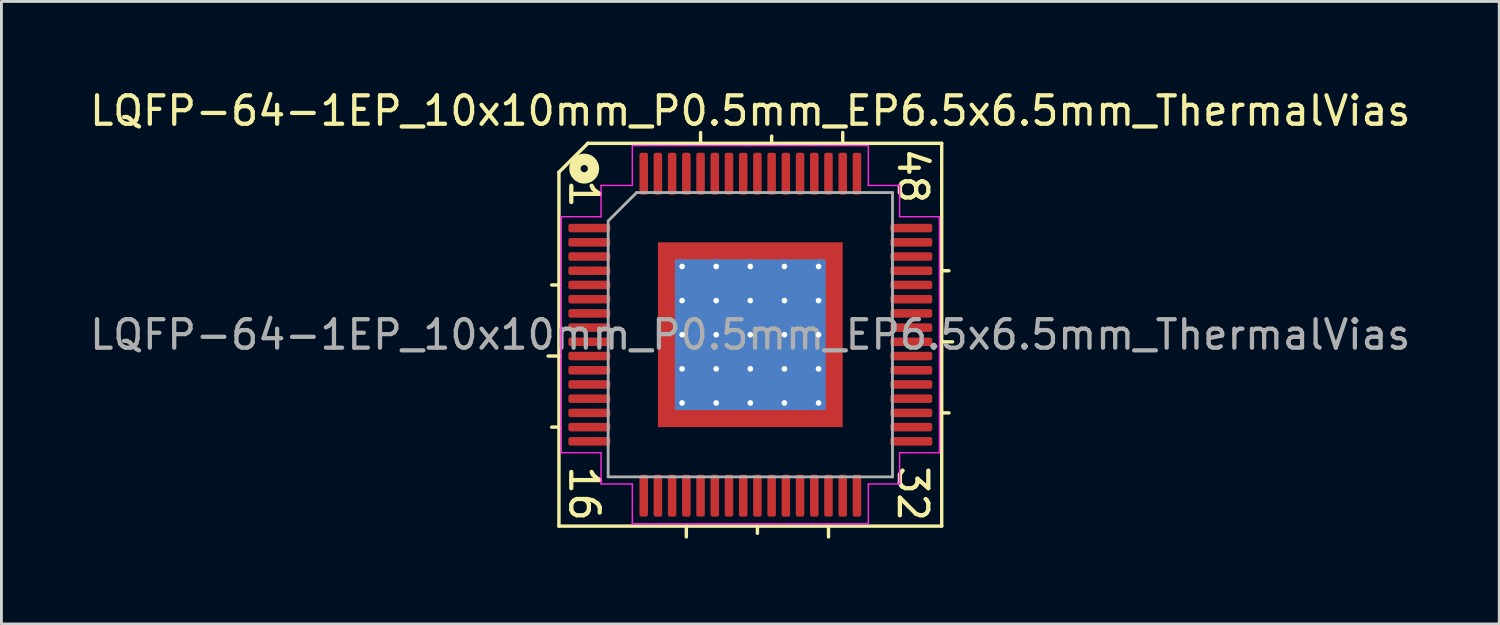
<source format=kicad_pcb>
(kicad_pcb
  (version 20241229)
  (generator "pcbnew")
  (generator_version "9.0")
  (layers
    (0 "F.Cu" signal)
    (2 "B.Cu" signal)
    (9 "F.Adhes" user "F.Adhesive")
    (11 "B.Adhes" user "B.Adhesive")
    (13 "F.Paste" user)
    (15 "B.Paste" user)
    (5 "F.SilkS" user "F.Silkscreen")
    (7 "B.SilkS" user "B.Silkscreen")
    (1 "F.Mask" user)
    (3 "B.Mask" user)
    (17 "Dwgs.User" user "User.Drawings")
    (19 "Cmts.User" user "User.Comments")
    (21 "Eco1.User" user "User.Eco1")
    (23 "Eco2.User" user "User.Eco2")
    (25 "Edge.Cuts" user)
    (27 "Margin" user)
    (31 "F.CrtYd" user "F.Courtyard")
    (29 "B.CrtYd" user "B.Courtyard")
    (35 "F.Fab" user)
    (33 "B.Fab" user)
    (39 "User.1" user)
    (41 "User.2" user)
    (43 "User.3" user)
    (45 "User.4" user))
  (footprint "LQFP-64-1EP_10x10mm_P0.5mm_EP6.5x6.5mm_ThermalVias"
    (layer "F.Cu")
    (at 23.339 8.722)
    (property "Reference" "LQFP-64-1EP_10x10mm_P0.5mm_EP6.5x6.5mm_ThermalVias" (at 0 -7.874 0) (layer "F.SilkS") (effects (font (size 1 1) (thickness 0.15))))
    (attr smd)
    (fp_line (start -6.731 -5.715) (end -6.731 6.731) (stroke (width 0.12) (type solid)) (layer "F.SilkS"))
    (fp_line (start -6.731 -1.75) (end -6.985 -1.75) (stroke (width 0.12) (type solid)) (layer "F.SilkS"))
    (fp_line (start -6.731 0.75) (end -7.112 0.75) (stroke (width 0.12) (type solid)) (layer "F.SilkS"))
    (fp_line (start -6.731 3.25) (end -6.985 3.25) (stroke (width 0.12) (type solid)) (layer "F.SilkS"))
    (fp_line (start -6.731 6.731) (end 6.731 6.731) (stroke (width 0.12) (type solid)) (layer "F.SilkS"))
    (fp_line (start -5.715 -6.731) (end -6.731 -5.715) (stroke (width 0.12) (type solid)) (layer "F.SilkS"))
    (fp_line (start -2.25 6.731) (end -2.25 7.112) (stroke (width 0.12) (type solid)) (layer "F.SilkS"))
    (fp_line (start -1.75 -6.731) (end -1.75 -7.112) (stroke (width 0.12) (type solid)) (layer "F.SilkS"))
    (fp_line (start 0.25 6.731) (end 0.25 6.985) (stroke (width 0.12) (type solid)) (layer "F.SilkS"))
    (fp_line (start 0.75 -6.731) (end 0.75 -6.985) (stroke (width 0.12) (type solid)) (layer "F.SilkS"))
    (fp_line (start 2.75 7.112) (end 2.75 6.731) (stroke (width 0.12) (type solid)) (layer "F.SilkS"))
    (fp_line (start 3.25 -6.731) (end 3.25 -7.112) (stroke (width 0.12) (type solid)) (layer "F.SilkS"))
    (fp_line (start 6.731 -6.731) (end -5.715 -6.731) (stroke (width 0.12) (type solid)) (layer "F.SilkS"))
    (fp_line (start 6.731 -2.25) (end 6.985 -2.25) (stroke (width 0.12) (type solid)) (layer "F.SilkS"))
    (fp_line (start 6.731 0.25) (end 7.112 0.25) (stroke (width 0.12) (type solid)) (layer "F.SilkS"))
    (fp_line (start 6.731 2.75) (end 6.985 2.75) (stroke (width 0.12) (type solid)) (layer "F.SilkS"))
    (fp_line (start 6.731 6.731) (end 6.731 -6.731) (stroke (width 0.12) (type solid)) (layer "F.SilkS"))
    (fp_circle (center -5.842 -5.842) (end -5.715 -5.842) (stroke (width 0.4) (type solid)) (fill no) (layer "F.SilkS"))
    (fp_line (start -6.65 -4.15) (end -6.65 0) (stroke (width 0.05) (type solid)) (layer "F.CrtYd"))
    (fp_line (start -6.65 4.15) (end -6.65 0) (stroke (width 0.05) (type solid)) (layer "F.CrtYd"))
    (fp_line (start -5.25 -5.25) (end -5.25 -4.15) (stroke (width 0.05) (type solid)) (layer "F.CrtYd"))
    (fp_line (start -5.25 -4.15) (end -6.65 -4.15) (stroke (width 0.05) (type solid)) (layer "F.CrtYd"))
    (fp_line (start -5.25 4.15) (end -6.65 4.15) (stroke (width 0.05) (type solid)) (layer "F.CrtYd"))
    (fp_line (start -5.25 5.25) (end -5.25 4.15) (stroke (width 0.05) (type solid)) (layer "F.CrtYd"))
    (fp_line (start -4.15 -6.65) (end -4.15 -5.25) (stroke (width 0.05) (type solid)) (layer "F.CrtYd"))
    (fp_line (start -4.15 -5.25) (end -5.25 -5.25) (stroke (width 0.05) (type solid)) (layer "F.CrtYd"))
    (fp_line (start -4.15 5.25) (end -5.25 5.25) (stroke (width 0.05) (type solid)) (layer "F.CrtYd"))
    (fp_line (start -4.15 6.65) (end -4.15 5.25) (stroke (width 0.05) (type solid)) (layer "F.CrtYd"))
    (fp_line (start 0 -6.65) (end -4.15 -6.65) (stroke (width 0.05) (type solid)) (layer "F.CrtYd"))
    (fp_line (start 0 -6.65) (end 4.15 -6.65) (stroke (width 0.05) (type solid)) (layer "F.CrtYd"))
    (fp_line (start 0 6.65) (end -4.15 6.65) (stroke (width 0.05) (type solid)) (layer "F.CrtYd"))
    (fp_line (start 0 6.65) (end 4.15 6.65) (stroke (width 0.05) (type solid)) (layer "F.CrtYd"))
    (fp_line (start 4.15 -6.65) (end 4.15 -5.25) (stroke (width 0.05) (type solid)) (layer "F.CrtYd"))
    (fp_line (start 4.15 -5.25) (end 5.25 -5.25) (stroke (width 0.05) (type solid)) (layer "F.CrtYd"))
    (fp_line (start 4.15 5.25) (end 5.25 5.25) (stroke (width 0.05) (type solid)) (layer "F.CrtYd"))
    (fp_line (start 4.15 6.65) (end 4.15 5.25) (stroke (width 0.05) (type solid)) (layer "F.CrtYd"))
    (fp_line (start 5.25 -5.25) (end 5.25 -4.15) (stroke (width 0.05) (type solid)) (layer "F.CrtYd"))
    (fp_line (start 5.25 -4.15) (end 6.65 -4.15) (stroke (width 0.05) (type solid)) (layer "F.CrtYd"))
    (fp_line (start 5.25 4.15) (end 6.65 4.15) (stroke (width 0.05) (type solid)) (layer "F.CrtYd"))
    (fp_line (start 5.25 5.25) (end 5.25 4.15) (stroke (width 0.05) (type solid)) (layer "F.CrtYd"))
    (fp_line (start 6.65 -4.15) (end 6.65 0) (stroke (width 0.05) (type solid)) (layer "F.CrtYd"))
    (fp_line (start 6.65 4.15) (end 6.65 0) (stroke (width 0.05) (type solid)) (layer "F.CrtYd"))
    (fp_line (start -5 -4) (end -4 -5) (stroke (width 0.1) (type solid)) (layer "F.Fab"))
    (fp_line (start -5 5) (end -5 -4) (stroke (width 0.1) (type solid)) (layer "F.Fab"))
    (fp_line (start -4 -5) (end 5 -5) (stroke (width 0.1) (type solid)) (layer "F.Fab"))
    (fp_line (start 5 -5) (end 5 5) (stroke (width 0.1) (type solid)) (layer "F.Fab"))
    (fp_line (start 5 5) (end -5 5) (stroke (width 0.1) (type solid)) (layer "F.Fab"))
    (fp_text user "1" (at -5.842 -4.953 270) (unlocked yes) (layer "F.SilkS") (effects (font (size 1 1) (thickness 0.15))))
    (fp_text user "16" (at -5.842 5.588 270) (unlocked yes) (layer "F.SilkS") (effects (font (size 1 1) (thickness 0.15))))
    (fp_text user "48" (at 5.715 -5.588 270) (unlocked yes) (layer "F.SilkS") (effects (font (size 1 1) (thickness 0.15))))
    (fp_text user "32" (at 5.715 5.588 270) (unlocked yes) (layer "F.SilkS") (effects (font (size 1 1) (thickness 0.15))))
    (fp_text user "${REFERENCE}" (at 0 0 0) (layer "F.Fab") (effects (font (size 1 1) (thickness 0.15))))
    (pad "" smd custom (at -2.825 -2.825) (size 0.602 0.602) (layers "F.Paste") (options (anchor circle)) (primitives (gr_poly (pts (xy -0.259 -0.259) (xy 0.259 -0.259) (xy 0.259 0.19) (xy 0.19 0.259) (xy -0.259 0.259)) (width 0.167) (fill yes))))
    (pad "" smd roundrect (at -2.825 -1.8) (size 0.685 0.967) (layers "F.Paste") (roundrect_rratio 0.25))
    (pad "" smd roundrect (at -2.825 -0.6) (size 0.685 0.967) (layers "F.Paste") (roundrect_rratio 0.25))
    (pad "" smd roundrect (at -2.825 0.6) (size 0.685 0.967) (layers "F.Paste") (roundrect_rratio 0.25))
    (pad "" smd roundrect (at -2.825 1.8) (size 0.685 0.967) (layers "F.Paste") (roundrect_rratio 0.25))
    (pad "" smd custom (at -2.825 2.825) (size 0.602 0.602) (layers "F.Paste") (options (anchor circle)) (primitives (gr_poly (pts (xy -0.259 -0.259) (xy 0.19 -0.259) (xy 0.259 -0.19) (xy 0.259 0.259) (xy -0.259 0.259)) (width 0.167) (fill yes))))
    (pad "" smd roundrect (at -1.8 -2.825) (size 0.967 0.685) (layers "F.Paste") (roundrect_rratio 0.25))
    (pad "" smd roundrect (at -1.8 -1.8) (size 0.967 0.967) (layers "F.Paste") (roundrect_rratio 0.25))
    (pad "" smd roundrect (at -1.8 -0.6) (size 0.967 0.967) (layers "F.Paste") (roundrect_rratio 0.25))
    (pad "" smd roundrect (at -1.8 0.6) (size 0.967 0.967) (layers "F.Paste") (roundrect_rratio 0.25))
    (pad "" smd roundrect (at -1.8 1.8) (size 0.967 0.967) (layers "F.Paste") (roundrect_rratio 0.25))
    (pad "" smd roundrect (at -1.8 2.825) (size 0.967 0.685) (layers "F.Paste") (roundrect_rratio 0.25))
    (pad "" smd roundrect (at -0.6 -2.825) (size 0.967 0.685) (layers "F.Paste") (roundrect_rratio 0.25))
    (pad "" smd roundrect (at -0.6 -1.8) (size 0.967 0.967) (layers "F.Paste") (roundrect_rratio 0.25))
    (pad "" smd roundrect (at -0.6 -0.6) (size 0.967 0.967) (layers "F.Paste") (roundrect_rratio 0.25))
    (pad "" smd roundrect (at -0.6 0.6) (size 0.967 0.967) (layers "F.Paste") (roundrect_rratio 0.25))
    (pad "" smd roundrect (at -0.6 1.8) (size 0.967 0.967) (layers "F.Paste") (roundrect_rratio 0.25))
    (pad "" smd roundrect (at -0.6 2.825) (size 0.967 0.685) (layers "F.Paste") (roundrect_rratio 0.25))
    (pad "" smd roundrect (at 0.6 -2.825) (size 0.967 0.685) (layers "F.Paste") (roundrect_rratio 0.25))
    (pad "" smd roundrect (at 0.6 -1.8) (size 0.967 0.967) (layers "F.Paste") (roundrect_rratio 0.25))
    (pad "" smd roundrect (at 0.6 -0.6) (size 0.967 0.967) (layers "F.Paste") (roundrect_rratio 0.25))
    (pad "" smd roundrect (at 0.6 0.6) (size 0.967 0.967) (layers "F.Paste") (roundrect_rratio 0.25))
    (pad "" smd roundrect (at 0.6 1.8) (size 0.967 0.967) (layers "F.Paste") (roundrect_rratio 0.25))
    (pad "" smd roundrect (at 0.6 2.825) (size 0.967 0.685) (layers "F.Paste") (roundrect_rratio 0.25))
    (pad "" smd roundrect (at 1.8 -2.825) (size 0.967 0.685) (layers "F.Paste") (roundrect_rratio 0.25))
    (pad "" smd roundrect (at 1.8 -1.8) (size 0.967 0.967) (layers "F.Paste") (roundrect_rratio 0.25))
    (pad "" smd roundrect (at 1.8 -0.6) (size 0.967 0.967) (layers "F.Paste") (roundrect_rratio 0.25))
    (pad "" smd roundrect (at 1.8 0.6) (size 0.967 0.967) (layers "F.Paste") (roundrect_rratio 0.25))
    (pad "" smd roundrect (at 1.8 1.8) (size 0.967 0.967) (layers "F.Paste") (roundrect_rratio 0.25))
    (pad "" smd roundrect (at 1.8 2.825) (size 0.967 0.685) (layers "F.Paste") (roundrect_rratio 0.25))
    (pad "" smd custom (at 2.825 -2.825) (size 0.602 0.602) (layers "F.Paste") (options (anchor circle)) (primitives (gr_poly (pts (xy -0.259 -0.259) (xy 0.259 -0.259) (xy 0.259 0.259) (xy -0.19 0.259) (xy -0.259 0.19)) (width 0.167) (fill yes))))
    (pad "" smd roundrect (at 2.825 -1.8) (size 0.685 0.967) (layers "F.Paste") (roundrect_rratio 0.25))
    (pad "" smd roundrect (at 2.825 -0.6) (size 0.685 0.967) (layers "F.Paste") (roundrect_rratio 0.25))
    (pad "" smd roundrect (at 2.825 0.6) (size 0.685 0.967) (layers "F.Paste") (roundrect_rratio 0.25))
    (pad "" smd roundrect (at 2.825 1.8) (size 0.685 0.967) (layers "F.Paste") (roundrect_rratio 0.25))
    (pad "" smd custom (at 2.825 2.825) (size 0.602 0.602) (layers "F.Paste") (options (anchor circle)) (primitives (gr_poly (pts (xy -0.259 -0.19) (xy -0.19 -0.259) (xy 0.259 -0.259) (xy 0.259 0.259) (xy -0.259 0.259)) (width 0.167) (fill yes))))
    (pad "1" smd roundrect (at -5.662 -3.75) (size 1.475 0.3) (layers "F.Cu" "F.Mask" "F.Paste") (roundrect_rratio 0.25))
    (pad "2" smd roundrect (at -5.662 -3.25) (size 1.475 0.3) (layers "F.Cu" "F.Mask" "F.Paste") (roundrect_rratio 0.25))
    (pad "3" smd roundrect (at -5.662 -2.75) (size 1.475 0.3) (layers "F.Cu" "F.Mask" "F.Paste") (roundrect_rratio 0.25))
    (pad "4" smd roundrect (at -5.662 -2.25) (size 1.475 0.3) (layers "F.Cu" "F.Mask" "F.Paste") (roundrect_rratio 0.25))
    (pad "5" smd roundrect (at -5.662 -1.75) (size 1.475 0.3) (layers "F.Cu" "F.Mask" "F.Paste") (roundrect_rratio 0.25))
    (pad "6" smd roundrect (at -5.662 -1.25) (size 1.475 0.3) (layers "F.Cu" "F.Mask" "F.Paste") (roundrect_rratio 0.25))
    (pad "7" smd roundrect (at -5.662 -0.75) (size 1.475 0.3) (layers "F.Cu" "F.Mask" "F.Paste") (roundrect_rratio 0.25))
    (pad "8" smd roundrect (at -5.662 -0.25) (size 1.475 0.3) (layers "F.Cu" "F.Mask" "F.Paste") (roundrect_rratio 0.25))
    (pad "9" smd roundrect (at -5.662 0.25) (size 1.475 0.3) (layers "F.Cu" "F.Mask" "F.Paste") (roundrect_rratio 0.25))
    (pad "10" smd roundrect (at -5.662 0.75) (size 1.475 0.3) (layers "F.Cu" "F.Mask" "F.Paste") (roundrect_rratio 0.25))
    (pad "11" smd roundrect (at -5.662 1.25) (size 1.475 0.3) (layers "F.Cu" "F.Mask" "F.Paste") (roundrect_rratio 0.25))
    (pad "12" smd roundrect (at -5.662 1.75) (size 1.475 0.3) (layers "F.Cu" "F.Mask" "F.Paste") (roundrect_rratio 0.25))
    (pad "13" smd roundrect (at -5.662 2.25) (size 1.475 0.3) (layers "F.Cu" "F.Mask" "F.Paste") (roundrect_rratio 0.25))
    (pad "14" smd roundrect (at -5.662 2.75) (size 1.475 0.3) (layers "F.Cu" "F.Mask" "F.Paste") (roundrect_rratio 0.25))
    (pad "15" smd roundrect (at -5.662 3.25) (size 1.475 0.3) (layers "F.Cu" "F.Mask" "F.Paste") (roundrect_rratio 0.25))
    (pad "16" smd roundrect (at -5.662 3.75) (size 1.475 0.3) (layers "F.Cu" "F.Mask" "F.Paste") (roundrect_rratio 0.25))
    (pad "17" smd roundrect (at -3.75 5.662) (size 0.3 1.475) (layers "F.Cu" "F.Mask" "F.Paste") (roundrect_rratio 0.25))
    (pad "18" smd roundrect (at -3.25 5.662) (size 0.3 1.475) (layers "F.Cu" "F.Mask" "F.Paste") (roundrect_rratio 0.25))
    (pad "19" smd roundrect (at -2.75 5.662) (size 0.3 1.475) (layers "F.Cu" "F.Mask" "F.Paste") (roundrect_rratio 0.25))
    (pad "20" smd roundrect (at -2.25 5.662) (size 0.3 1.475) (layers "F.Cu" "F.Mask" "F.Paste") (roundrect_rratio 0.25))
    (pad "21" smd roundrect (at -1.75 5.662) (size 0.3 1.475) (layers "F.Cu" "F.Mask" "F.Paste") (roundrect_rratio 0.25))
    (pad "22" smd roundrect (at -1.25 5.662) (size 0.3 1.475) (layers "F.Cu" "F.Mask" "F.Paste") (roundrect_rratio 0.25))
    (pad "23" smd roundrect (at -0.75 5.662) (size 0.3 1.475) (layers "F.Cu" "F.Mask" "F.Paste") (roundrect_rratio 0.25))
    (pad "24" smd roundrect (at -0.25 5.662) (size 0.3 1.475) (layers "F.Cu" "F.Mask" "F.Paste") (roundrect_rratio 0.25))
    (pad "25" smd roundrect (at 0.25 5.662) (size 0.3 1.475) (layers "F.Cu" "F.Mask" "F.Paste") (roundrect_rratio 0.25))
    (pad "26" smd roundrect (at 0.75 5.662) (size 0.3 1.475) (layers "F.Cu" "F.Mask" "F.Paste") (roundrect_rratio 0.25))
    (pad "27" smd roundrect (at 1.25 5.662) (size 0.3 1.475) (layers "F.Cu" "F.Mask" "F.Paste") (roundrect_rratio 0.25))
    (pad "28" smd roundrect (at 1.75 5.662) (size 0.3 1.475) (layers "F.Cu" "F.Mask" "F.Paste") (roundrect_rratio 0.25))
    (pad "29" smd roundrect (at 2.25 5.662) (size 0.3 1.475) (layers "F.Cu" "F.Mask" "F.Paste") (roundrect_rratio 0.25))
    (pad "30" smd roundrect (at 2.75 5.662) (size 0.3 1.475) (layers "F.Cu" "F.Mask" "F.Paste") (roundrect_rratio 0.25))
    (pad "31" smd roundrect (at 3.25 5.662) (size 0.3 1.475) (layers "F.Cu" "F.Mask" "F.Paste") (roundrect_rratio 0.25))
    (pad "32" smd roundrect (at 3.75 5.662) (size 0.3 1.475) (layers "F.Cu" "F.Mask" "F.Paste") (roundrect_rratio 0.25))
    (pad "33" smd roundrect (at 5.662 3.75) (size 1.475 0.3) (layers "F.Cu" "F.Mask" "F.Paste") (roundrect_rratio 0.25))
    (pad "34" smd roundrect (at 5.662 3.25) (size 1.475 0.3) (layers "F.Cu" "F.Mask" "F.Paste") (roundrect_rratio 0.25))
    (pad "35" smd roundrect (at 5.662 2.75) (size 1.475 0.3) (layers "F.Cu" "F.Mask" "F.Paste") (roundrect_rratio 0.25))
    (pad "36" smd roundrect (at 5.662 2.25) (size 1.475 0.3) (layers "F.Cu" "F.Mask" "F.Paste") (roundrect_rratio 0.25))
    (pad "37" smd roundrect (at 5.662 1.75) (size 1.475 0.3) (layers "F.Cu" "F.Mask" "F.Paste") (roundrect_rratio 0.25))
    (pad "38" smd roundrect (at 5.662 1.25) (size 1.475 0.3) (layers "F.Cu" "F.Mask" "F.Paste") (roundrect_rratio 0.25))
    (pad "39" smd roundrect (at 5.662 0.75) (size 1.475 0.3) (layers "F.Cu" "F.Mask" "F.Paste") (roundrect_rratio 0.25))
    (pad "40" smd roundrect (at 5.662 0.25) (size 1.475 0.3) (layers "F.Cu" "F.Mask" "F.Paste") (roundrect_rratio 0.25))
    (pad "41" smd roundrect (at 5.662 -0.25) (size 1.475 0.3) (layers "F.Cu" "F.Mask" "F.Paste") (roundrect_rratio 0.25))
    (pad "42" smd roundrect (at 5.662 -0.75) (size 1.475 0.3) (layers "F.Cu" "F.Mask" "F.Paste") (roundrect_rratio 0.25))
    (pad "43" smd roundrect (at 5.662 -1.25) (size 1.475 0.3) (layers "F.Cu" "F.Mask" "F.Paste") (roundrect_rratio 0.25))
    (pad "44" smd roundrect (at 5.662 -1.75) (size 1.475 0.3) (layers "F.Cu" "F.Mask" "F.Paste") (roundrect_rratio 0.25))
    (pad "45" smd roundrect (at 5.662 -2.25) (size 1.475 0.3) (layers "F.Cu" "F.Mask" "F.Paste") (roundrect_rratio 0.25))
    (pad "46" smd roundrect (at 5.662 -2.75) (size 1.475 0.3) (layers "F.Cu" "F.Mask" "F.Paste") (roundrect_rratio 0.25))
    (pad "47" smd roundrect (at 5.662 -3.25) (size 1.475 0.3) (layers "F.Cu" "F.Mask" "F.Paste") (roundrect_rratio 0.25))
    (pad "48" smd roundrect (at 5.662 -3.75) (size 1.475 0.3) (layers "F.Cu" "F.Mask" "F.Paste") (roundrect_rratio 0.25))
    (pad "49" smd roundrect (at 3.75 -5.662) (size 0.3 1.475) (layers "F.Cu" "F.Mask" "F.Paste") (roundrect_rratio 0.25))
    (pad "50" smd roundrect (at 3.25 -5.662) (size 0.3 1.475) (layers "F.Cu" "F.Mask" "F.Paste") (roundrect_rratio 0.25))
    (pad "51" smd roundrect (at 2.75 -5.662) (size 0.3 1.475) (layers "F.Cu" "F.Mask" "F.Paste") (roundrect_rratio 0.25))
    (pad "52" smd roundrect (at 2.25 -5.662) (size 0.3 1.475) (layers "F.Cu" "F.Mask" "F.Paste") (roundrect_rratio 0.25))
    (pad "53" smd roundrect (at 1.75 -5.662) (size 0.3 1.475) (layers "F.Cu" "F.Mask" "F.Paste") (roundrect_rratio 0.25))
    (pad "54" smd roundrect (at 1.25 -5.662) (size 0.3 1.475) (layers "F.Cu" "F.Mask" "F.Paste") (roundrect_rratio 0.25))
    (pad "55" smd roundrect (at 0.75 -5.662) (size 0.3 1.475) (layers "F.Cu" "F.Mask" "F.Paste") (roundrect_rratio 0.25))
    (pad "56" smd roundrect (at 0.25 -5.662) (size 0.3 1.475) (layers "F.Cu" "F.Mask" "F.Paste") (roundrect_rratio 0.25))
    (pad "57" smd roundrect (at -0.25 -5.662) (size 0.3 1.475) (layers "F.Cu" "F.Mask" "F.Paste") (roundrect_rratio 0.25))
    (pad "58" smd roundrect (at -0.75 -5.662) (size 0.3 1.475) (layers "F.Cu" "F.Mask" "F.Paste") (roundrect_rratio 0.25))
    (pad "59" smd roundrect (at -1.25 -5.662) (size 0.3 1.475) (layers "F.Cu" "F.Mask" "F.Paste") (roundrect_rratio 0.25))
    (pad "60" smd roundrect (at -1.75 -5.662) (size 0.3 1.475) (layers "F.Cu" "F.Mask" "F.Paste") (roundrect_rratio 0.25))
    (pad "61" smd roundrect (at -2.25 -5.662) (size 0.3 1.475) (layers "F.Cu" "F.Mask" "F.Paste") (roundrect_rratio 0.25))
    (pad "62" smd roundrect (at -2.75 -5.662) (size 0.3 1.475) (layers "F.Cu" "F.Mask" "F.Paste") (roundrect_rratio 0.25))
    (pad "63" smd roundrect (at -3.25 -5.662) (size 0.3 1.475) (layers "F.Cu" "F.Mask" "F.Paste") (roundrect_rratio 0.25))
    (pad "64" smd roundrect (at -3.75 -5.662) (size 0.3 1.475) (layers "F.Cu" "F.Mask" "F.Paste") (roundrect_rratio 0.25))
    (pad "65" thru_hole circle (at -2.4 -2.4) (size 0.5 0.5) (drill 0.2) (layers "*.Cu"))
    (pad "65" thru_hole circle (at -2.4 -1.2) (size 0.5 0.5) (drill 0.2) (layers "*.Cu"))
    (pad "65" thru_hole circle (at -2.4 0) (size 0.5 0.5) (drill 0.2) (layers "*.Cu"))
    (pad "65" thru_hole circle (at -2.4 1.2) (size 0.5 0.5) (drill 0.2) (layers "*.Cu"))
    (pad "65" thru_hole circle (at -2.4 2.4) (size 0.5 0.5) (drill 0.2) (layers "*.Cu"))
    (pad "65" thru_hole circle (at -1.2 -2.4) (size 0.5 0.5) (drill 0.2) (layers "*.Cu"))
    (pad "65" thru_hole circle (at -1.2 -1.2) (size 0.5 0.5) (drill 0.2) (layers "*.Cu"))
    (pad "65" thru_hole circle (at -1.2 0) (size 0.5 0.5) (drill 0.2) (layers "*.Cu"))
    (pad "65" thru_hole circle (at -1.2 1.2) (size 0.5 0.5) (drill 0.2) (layers "*.Cu"))
    (pad "65" thru_hole circle (at -1.2 2.4) (size 0.5 0.5) (drill 0.2) (layers "*.Cu"))
    (pad "65" thru_hole circle (at 0 -2.4) (size 0.5 0.5) (drill 0.2) (layers "*.Cu"))
    (pad "65" thru_hole circle (at 0 -1.2) (size 0.5 0.5) (drill 0.2) (layers "*.Cu"))
    (pad "65" thru_hole circle (at 0 0) (size 0.5 0.5) (drill 0.2) (layers "*.Cu"))
    (pad "65" smd rect (at 0 0) (size 5.3 5.3) (layers "B.Cu" "B.Mask"))
    (pad "65" smd rect (at 0 0) (size 6.5 6.5) (layers "F.Cu" "F.Mask"))
    (pad "65" thru_hole circle (at 0 1.2) (size 0.5 0.5) (drill 0.2) (layers "*.Cu"))
    (pad "65" thru_hole circle (at 0 2.4) (size 0.5 0.5) (drill 0.2) (layers "*.Cu"))
    (pad "65" thru_hole circle (at 1.2 -2.4) (size 0.5 0.5) (drill 0.2) (layers "*.Cu"))
    (pad "65" thru_hole circle (at 1.2 -1.2) (size 0.5 0.5) (drill 0.2) (layers "*.Cu"))
    (pad "65" thru_hole circle (at 1.2 0) (size 0.5 0.5) (drill 0.2) (layers "*.Cu"))
    (pad "65" thru_hole circle (at 1.2 1.2) (size 0.5 0.5) (drill 0.2) (layers "*.Cu"))
    (pad "65" thru_hole circle (at 1.2 2.4) (size 0.5 0.5) (drill 0.2) (layers "*.Cu"))
    (pad "65" thru_hole circle (at 2.4 -2.4) (size 0.5 0.5) (drill 0.2) (layers "*.Cu"))
    (pad "65" thru_hole circle (at 2.4 -1.2) (size 0.5 0.5) (drill 0.2) (layers "*.Cu"))
    (pad "65" thru_hole circle (at 2.4 0) (size 0.5 0.5) (drill 0.2) (layers "*.Cu"))
    (pad "65" thru_hole circle (at 2.4 1.2) (size 0.5 0.5) (drill 0.2) (layers "*.Cu"))
    (pad "65" thru_hole circle (at 2.4 2.4) (size 0.5 0.5) (drill 0.2) (layers "*.Cu")))
  (gr_rect
    (start -3 -3)
    (end 49.679 18.894)
    (stroke (width 0.1) (type default))
    (fill no)
    (layer "Edge.Cuts")))
</source>
